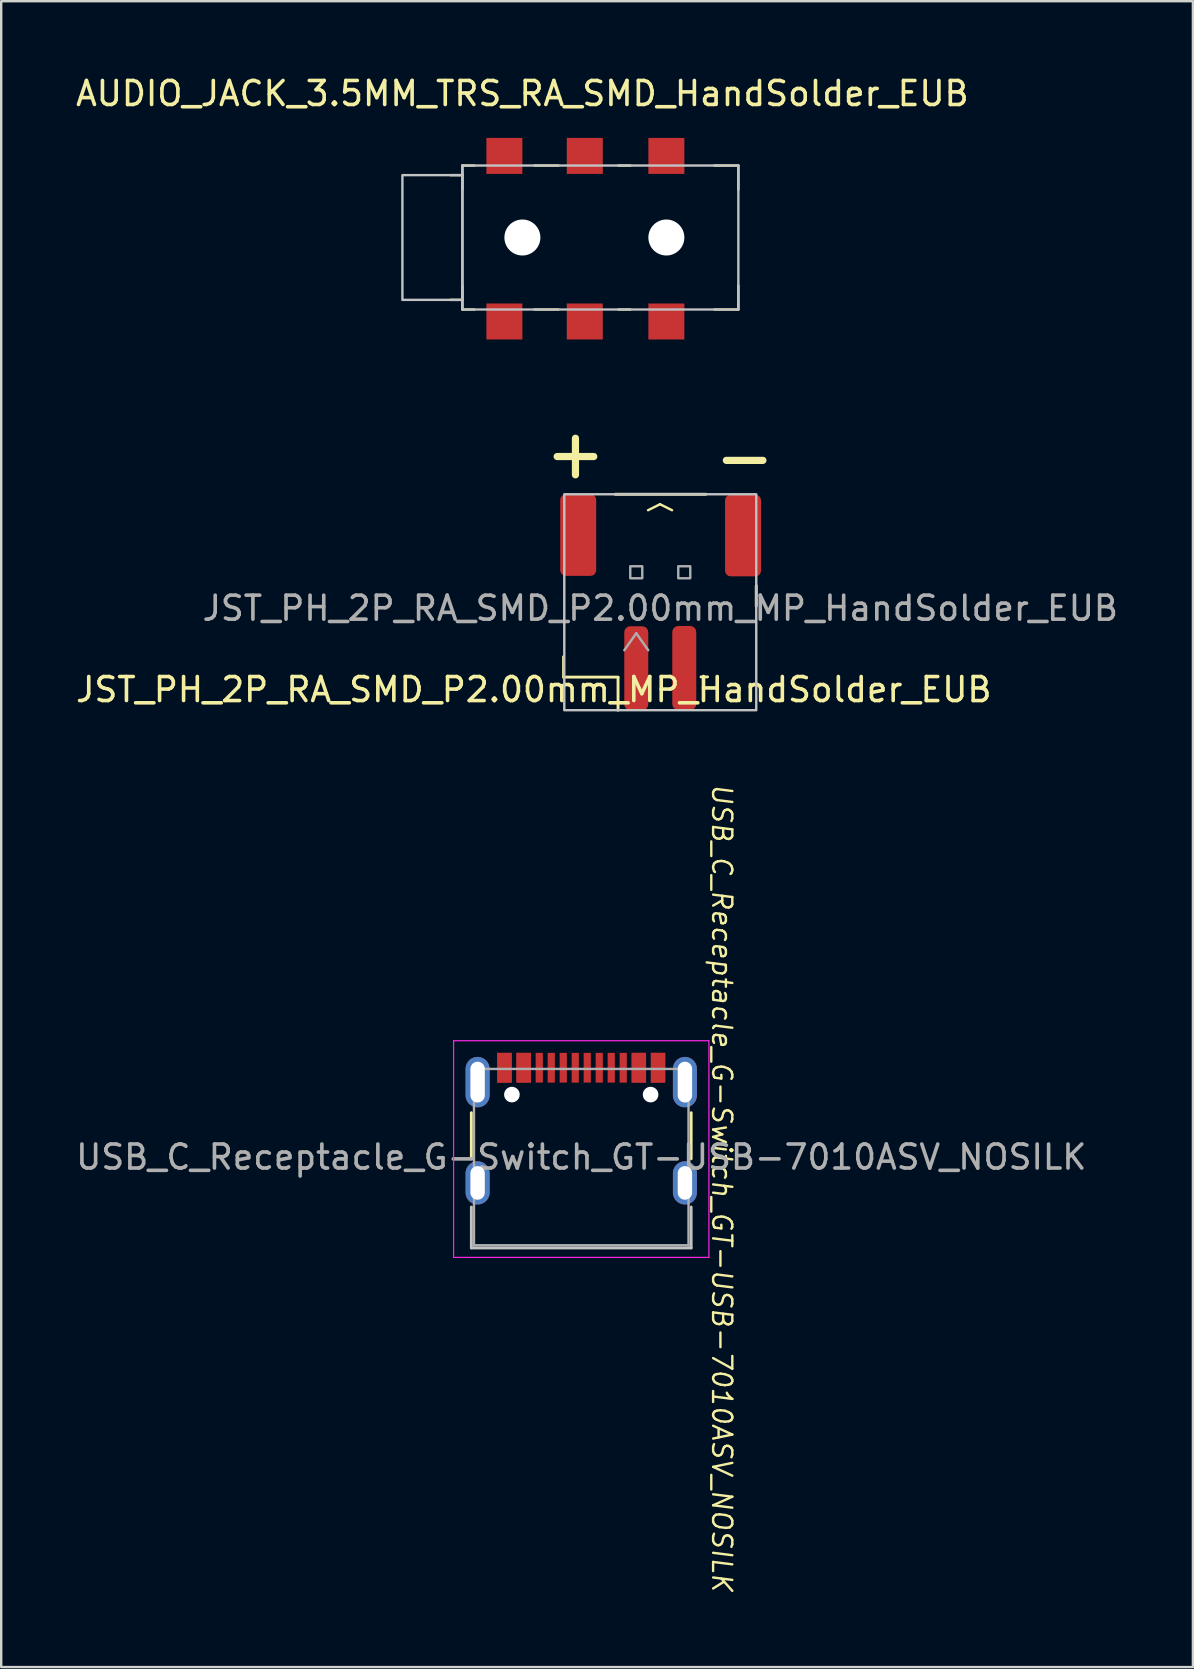
<source format=kicad_pcb>
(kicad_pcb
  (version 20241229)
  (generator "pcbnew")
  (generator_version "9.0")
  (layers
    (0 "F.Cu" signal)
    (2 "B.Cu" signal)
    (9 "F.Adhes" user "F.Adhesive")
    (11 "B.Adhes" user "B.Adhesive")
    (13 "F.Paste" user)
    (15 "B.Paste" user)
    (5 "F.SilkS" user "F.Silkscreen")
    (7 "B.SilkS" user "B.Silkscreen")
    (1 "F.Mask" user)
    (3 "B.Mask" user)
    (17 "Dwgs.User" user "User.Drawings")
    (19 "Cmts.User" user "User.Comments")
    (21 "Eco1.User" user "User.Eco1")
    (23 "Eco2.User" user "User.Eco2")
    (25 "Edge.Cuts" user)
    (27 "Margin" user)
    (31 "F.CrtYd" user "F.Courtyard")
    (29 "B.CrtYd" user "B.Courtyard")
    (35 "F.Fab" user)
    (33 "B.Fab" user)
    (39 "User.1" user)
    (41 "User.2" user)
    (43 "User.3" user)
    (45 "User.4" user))
  (footprint "USB_C_Receptacle_G-Switch_GT-USB-7010ASV_NOSILK"
    (layer "F.Cu")
    (at 21.173 45.171)
    (property "Reference" "USB_C_Receptacle_G-Switch_GT-USB-7010ASV_NOSILK" (at 5.86 1.295 270) (unlocked yes) (layer "F.SilkS") (effects (font (size 0.8 0.8) (thickness 0.1) (italic yes))))
    (attr smd)
    (fp_line (start -4.58 -1.85) (end -4.58 0.07) (stroke (width 0.12) (type solid)) (layer "F.SilkS"))
    (fp_line (start 4.58 0.07) (end 4.58 -1.85) (stroke (width 0.12) (type solid)) (layer "F.SilkS"))
    (fp_line (start -4.58 3.785) (end -4.58 2.08) (stroke (width 0.12) (type solid)) (layer "Dwgs.User"))
    (fp_line (start 4.58 2.08) (end 4.58 3.785) (stroke (width 0.12) (type solid)) (layer "Dwgs.User"))
    (fp_line (start 4.58 3.785) (end -4.58 3.785) (stroke (width 0.12) (type solid)) (layer "Dwgs.User"))
    (fp_line (start -5.32 -4.85) (end 5.32 -4.85) (stroke (width 0.05) (type solid)) (layer "F.CrtYd"))
    (fp_line (start -5.32 4.18) (end -5.32 -4.85) (stroke (width 0.05) (type solid)) (layer "F.CrtYd"))
    (fp_line (start 5.32 -4.85) (end 5.32 4.18) (stroke (width 0.05) (type solid)) (layer "F.CrtYd"))
    (fp_line (start 5.32 4.18) (end -5.32 4.18) (stroke (width 0.05) (type solid)) (layer "F.CrtYd"))
    (fp_line (start -4.47 -3.675) (end -4.47 3.675) (stroke (width 0.1) (type solid)) (layer "F.Fab"))
    (fp_line (start -4.47 -3.675) (end 4.47 -3.675) (stroke (width 0.1) (type solid)) (layer "F.Fab"))
    (fp_line (start -4.47 3.675) (end 4.47 3.675) (stroke (width 0.1) (type solid)) (layer "F.Fab"))
    (fp_line (start 4.47 3.675) (end 4.47 -3.675) (stroke (width 0.1) (type solid)) (layer "F.Fab"))
    (fp_text user "${REFERENCE}" (at 0 0 0) (unlocked yes) (layer "F.Fab") (effects (font (size 1 1) (thickness 0.15))))
    (pad "" np_thru_hole circle (at -2.89 -2.605) (size 0.65 0.65) (drill 0.65) (layers "*.Cu" "*.Mask"))
    (pad "" np_thru_hole circle (at 2.89 -2.605) (size 0.65 0.65) (drill 0.65) (layers "*.Cu" "*.Mask"))
    (pad "A1" smd rect (at -3.2 -3.725) (size 0.6 1.24) (layers "F.Cu" "F.Mask" "F.Paste"))
    (pad "A4" smd rect (at -2.4 -3.725) (size 0.6 1.24) (layers "F.Cu" "F.Mask" "F.Paste"))
    (pad "A5" smd rect (at -1.25 -3.725) (size 0.3 1.24) (layers "F.Cu" "F.Mask" "F.Paste"))
    (pad "A6" smd rect (at -0.25 -3.725) (size 0.3 1.24) (layers "F.Cu" "F.Mask" "F.Paste"))
    (pad "A7" smd rect (at 0.25 -3.725) (size 0.3 1.24) (layers "F.Cu" "F.Mask" "F.Paste"))
    (pad "A8" smd rect (at 1.25 -3.725) (size 0.3 1.24) (layers "F.Cu" "F.Mask" "F.Paste"))
    (pad "A9" smd rect (at 2.4 -3.725) (size 0.6 1.24) (layers "F.Cu" "F.Mask" "F.Paste"))
    (pad "A12" smd rect (at 3.2 -3.725) (size 0.6 1.24) (layers "F.Cu" "F.Mask" "F.Paste"))
    (pad "B1" smd rect (at 3.2 -3.725) (size 0.6 1.24) (layers "F.Cu" "F.Mask" "F.Paste"))
    (pad "B4" smd rect (at 2.4 -3.725) (size 0.6 1.24) (layers "F.Cu" "F.Mask" "F.Paste"))
    (pad "B5" smd rect (at 1.75 -3.725) (size 0.3 1.24) (layers "F.Cu" "F.Mask" "F.Paste"))
    (pad "B6" smd rect (at 0.75 -3.725) (size 0.3 1.24) (layers "F.Cu" "F.Mask" "F.Paste"))
    (pad "B7" smd rect (at -0.75 -3.725) (size 0.3 1.24) (layers "F.Cu" "F.Mask" "F.Paste"))
    (pad "B8" smd rect (at -1.75 -3.725) (size 0.3 1.24) (layers "F.Cu" "F.Mask" "F.Paste"))
    (pad "B9" smd rect (at -2.4 -3.725) (size 0.6 1.24) (layers "F.Cu" "F.Mask" "F.Paste"))
    (pad "B12" smd rect (at -3.2 -3.725) (size 0.6 1.24) (layers "F.Cu" "F.Mask" "F.Paste"))
    (pad "S1" thru_hole oval (at -4.32 -3.125) (size 1 2.1) (drill oval 0.6 1.7) (property pad_prop_heatsink) (layers "*.Cu" "*.Mask"))
    (pad "S1" thru_hole oval (at -4.32 1.075) (size 1 1.8) (drill oval 0.6 1.4) (property pad_prop_heatsink) (layers "*.Cu" "*.Mask"))
    (pad "S1" thru_hole oval (at 4.32 -3.125) (size 1 2.1) (drill oval 0.6 1.7) (property pad_prop_heatsink) (layers "*.Cu" "*.Mask"))
    (pad "S1" thru_hole oval (at 4.32 1.075) (size 1 1.8) (drill oval 0.6 1.4) (property pad_prop_heatsink) (layers "*.Cu" "*.Mask")))
  (footprint "AUDIO_JACK_3.5MM_TRS_RA_SMD_HandSolder_EUB"
    (layer "F.Cu")
    (at 18.72 6.848)
    (property "Reference" "AUDIO_JACK_3.5MM_TRS_RA_SMD_HandSolder_EUB" (at 0 -6 0) (unlocked yes) (layer "F.SilkS") (effects (font (size 1 1) (thickness 0.15))))
    (attr smd)
    (fp_line (start -2.5 -3) (end -2.5 -2) (stroke (width 0.1) (type default)) (layer "F.SilkS"))
    (fp_line (start -2.5 -2.6) (end -3 -2.6) (stroke (width 0.1) (type default)) (layer "F.SilkS"))
    (fp_line (start -2.5 2.6) (end -3 2.6) (stroke (width 0.1) (type default)) (layer "F.SilkS"))
    (fp_line (start -2.5 3) (end -2.5 2) (stroke (width 0.1) (type default)) (layer "F.SilkS"))
    (fp_line (start -2 -3) (end -2.5 -3) (stroke (width 0.1) (type default)) (layer "F.SilkS"))
    (fp_line (start -2 3) (end -2.5 3) (stroke (width 0.1) (type default)) (layer "F.SilkS"))
    (fp_line (start 0.5 -3) (end 1.5 -3) (stroke (width 0.1) (type default)) (layer "F.SilkS"))
    (fp_line (start 0.5 3) (end 1.5 3) (stroke (width 0.1) (type default)) (layer "F.SilkS"))
    (fp_line (start 4 -3) (end 4.5 -3) (stroke (width 0.1) (type default)) (layer "F.SilkS"))
    (fp_line (start 4 3) (end 4.5 3) (stroke (width 0.1) (type default)) (layer "F.SilkS"))
    (fp_line (start 8 -3) (end 9 -3) (stroke (width 0.1) (type default)) (layer "F.SilkS"))
    (fp_line (start 8 3) (end 9 3) (stroke (width 0.1) (type default)) (layer "F.SilkS"))
    (fp_line (start 9 -2) (end 9 -3) (stroke (width 0.1) (type default)) (layer "F.SilkS"))
    (fp_line (start 9 2) (end 9 3) (stroke (width 0.1) (type default)) (layer "F.SilkS"))
    (fp_rect (start -5 -2.6) (end -2.5 2.6) (stroke (width 0.1) (type default)) (fill no) (layer "Dwgs.User"))
    (fp_rect (start -2.5 -3) (end 9 3) (stroke (width 0.1) (type default)) (fill no) (layer "Dwgs.User"))
    (pad "" np_thru_hole circle (at 0 0) (size 1.5 1.5) (drill 1.5) (layers "*.Cu" "*.Mask"))
    (pad "" np_thru_hole circle (at 6 0) (size 1.5 1.5) (drill 1.5) (layers "*.Cu" "*.Mask"))
    (pad "R" smd rect (at 2.6 -3.4) (size 1.5 1.5) (layers "F.Cu" "F.Mask" "F.Paste"))
    (pad "R" smd rect (at 2.6 3.5) (size 1.5 1.5) (layers "F.Cu" "F.Mask" "F.Paste"))
    (pad "S" smd rect (at -0.75 -3.4) (size 1.5 1.5) (layers "F.Cu" "F.Mask" "F.Paste"))
    (pad "S" smd rect (at -0.75 3.5) (size 1.5 1.5) (layers "F.Cu" "F.Mask" "F.Paste"))
    (pad "T" smd rect (at 6 -3.4) (size 1.5 1.5) (layers "F.Cu" "F.Mask" "F.Paste"))
    (pad "T" smd rect (at 6 3.5) (size 1.5 1.5) (layers "F.Cu" "F.Mask" "F.Paste")))
  (footprint "JST_PH_2P_RA_SMD_P2.00mm_MP_HandSolder_EUB"
    (layer "F.Cu")
    (at 24.466 23.298)
    (property "Reference" "JST_PH_2P_RA_SMD_P2.00mm_MP_HandSolder_EUB" (at -5.27 2.39 0) (layer "F.SilkS") (effects (font (size 1 1) (thickness 0.15))))
    (attr smd)
    (fp_line (start -4.03 1.02) (end -4.03 1.87) (stroke (width 0.12) (type solid)) (layer "F.SilkS"))
    (fp_line (start -4.03 1.87) (end -1.76 1.87) (stroke (width 0.12) (type solid)) (layer "F.SilkS"))
    (fp_line (start -1.88 -5.75) (end 1.9 -5.75) (stroke (width 0.12) (type solid)) (layer "F.SilkS"))
    (fp_line (start -1.76 1.88) (end -1.76 3.25) (stroke (width 0.12) (type solid)) (layer "F.SilkS"))
    (fp_line (start -0.51 -5.085) (end -0.01 -5.335) (stroke (width 0.1) (type default)) (layer "F.SilkS"))
    (fp_line (start -0.01 -5.335) (end 0.49 -5.085) (stroke (width 0.1) (type default)) (layer "F.SilkS"))
    (fp_line (start 1.97 1.86) (end 1.698 1.86) (stroke (width 0.12) (type solid)) (layer "F.SilkS"))
    (fp_line (start 4 -1.94) (end 4 -1.09) (stroke (width 0.12) (type solid)) (layer "F.SilkS"))
    (fp_rect (start -4 -5.75) (end 4 3.25) (stroke (width 0.1) (type default)) (fill no) (layer "Dwgs.User"))
    (fp_line (start -1.5 0.75) (end -1 0.043) (stroke (width 0.1) (type solid)) (layer "F.Fab"))
    (fp_line (start -1 0.043) (end -0.5 0.75) (stroke (width 0.1) (type solid)) (layer "F.Fab"))
    (fp_rect (start -1.25 -2.75) (end -0.75 -2.25) (stroke (width 0.1) (type solid)) (fill no) (layer "F.Fab"))
    (fp_rect (start 0.75 -2.75) (end 1.25 -2.25) (stroke (width 0.1) (type solid)) (fill no) (layer "F.Fab"))
    (fp_text user "+" (at -4.97 -6.3 0) (unlocked yes) (layer "F.SilkS") (effects (font (size 2 2) (thickness 0.3)) (justify left bottom)))
    (fp_text user "-" (at 2.08 -6.14 0) (unlocked yes) (layer "F.SilkS") (effects (font (size 2 2) (thickness 0.3)) (justify left bottom)))
    (fp_text user "${REFERENCE}" (at 0 -1 0) (layer "F.Fab") (effects (font (size 1 1) (thickness 0.15))))
    (pad "" smd roundrect (at -3.42 -4.05) (size 1.5 3.4) (layers "F.Cu" "F.Mask" "F.Paste") (roundrect_rratio 0.156))
    (pad "" smd roundrect (at 3.45 -4.03) (size 1.5 3.4) (layers "F.Cu" "F.Mask" "F.Paste") (roundrect_rratio 0.156))
    (pad "1" smd roundrect (at -1 1.5) (size 1 3.5) (layers "F.Cu" "F.Mask" "F.Paste") (roundrect_rratio 0.25))
    (pad "2" smd roundrect (at 1 1.49) (size 1 3.5) (layers "F.Cu" "F.Mask" "F.Paste") (roundrect_rratio 0.25)))
  (gr_rect
    (start -3 -3)
    (end 46.663 66.424)
    (stroke (width 0.1) (type default))
    (fill no)
    (layer "Edge.Cuts")))
</source>
